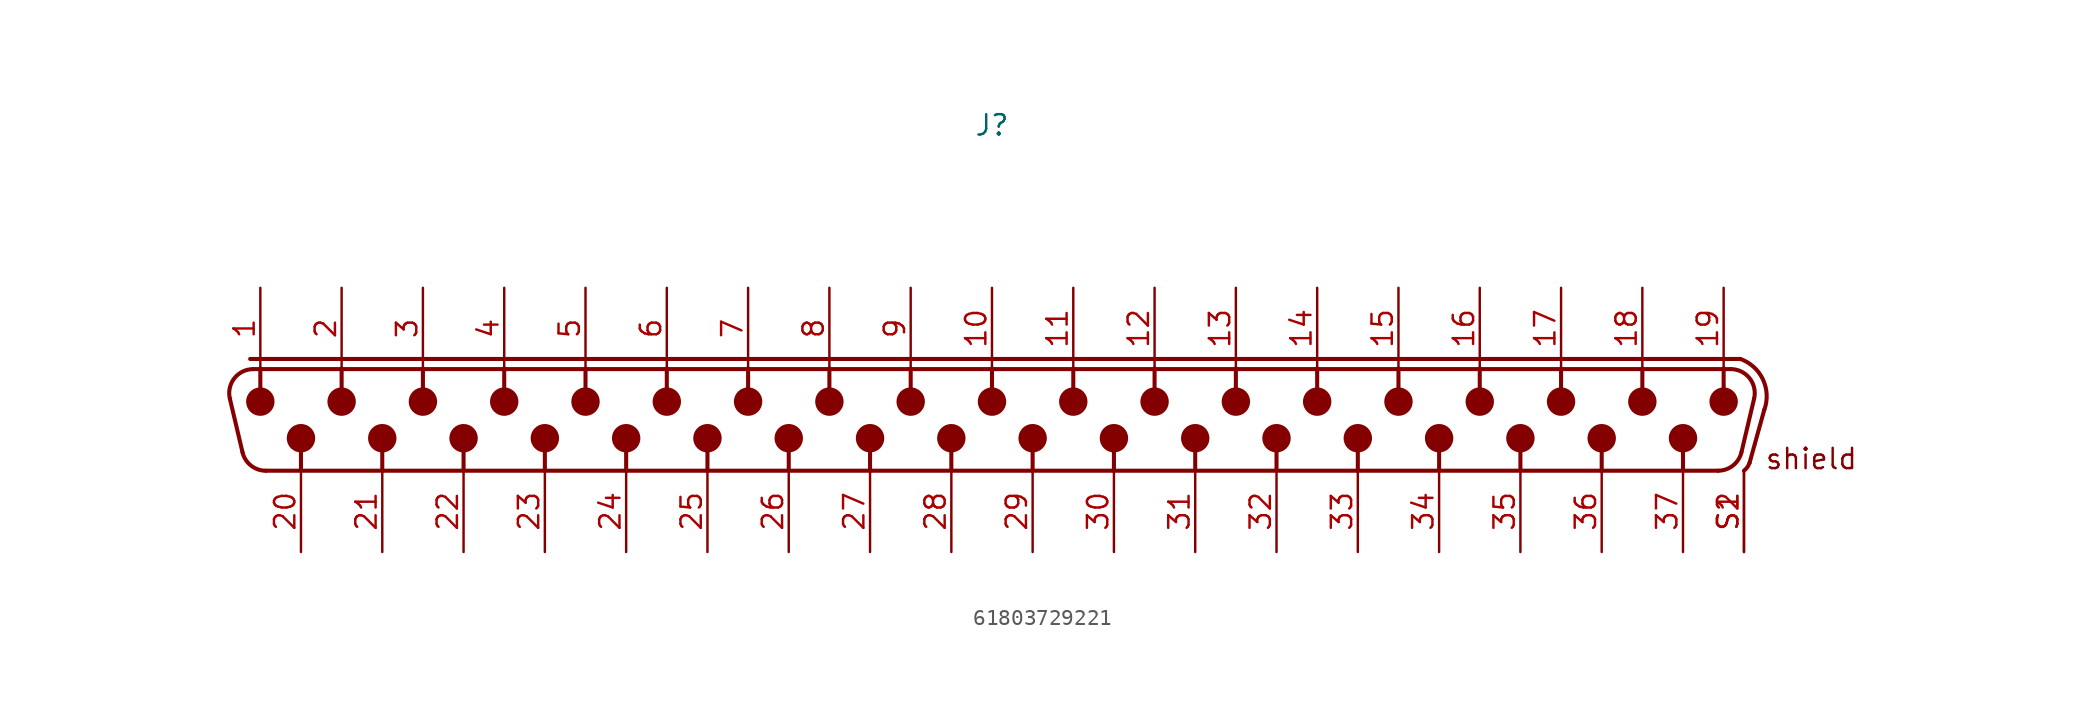
<source format=kicad_sym>
(kicad_symbol_lib
  (version 20241209)
  (generator "kicad_symbol_editor")
  (generator_version "9.0")
  (symbol "61803729221"
    (pin_names
      (hide yes))
    (property "Reference" "J"
      (at 0 17.78 0)
      (effects (font (size 1.27 1.27))))
    (symbol "61803729221_1_0"
      (polyline (pts (xy -46.833 -2.655) (xy -47.624 0.695)) (stroke (width 0.254) (type solid)) (fill (type none)))
      (polyline (pts (xy -46.355 3.175) (xy 46.76 3.175)) (stroke (width 0.254) (type solid)) (fill (type none)))
      (polyline (pts (xy -46.164 2.54) (xy 46.164 2.54)) (stroke (width 0.254) (type solid)) (fill (type none)))
      (arc (start -47.6242 0.695) (mid -47.3407 1.9707) (end -46.1643 2.54) (stroke (width 0.254) (type solid)) (fill (type none)))
      (polyline (pts (xy -45.72 2.58) (xy -45.72 0.4)) (stroke (width 0.254) (type solid)) (fill (type none)))
      (circle (center -45.72 0.508) (radius 0.762) (stroke (width 0.254) (type solid)) (fill (type outline)))
      (arc (start -45.373 -3.81) (mid -46.3038 -3.4862) (end -46.8328 -2.6547) (stroke (width 0.254) (type solid)) (fill (type none)))
      (circle (center -43.18 -1.778) (radius 0.762) (stroke (width 0.254) (type solid)) (fill (type outline)))
      (polyline (pts (xy -43.18 -3.81) (xy -43.18 -1.63)) (stroke (width 0.254) (type solid)) (fill (type none)))
      (polyline (pts (xy -40.64 2.58) (xy -40.64 0.4)) (stroke (width 0.254) (type solid)) (fill (type none)))
      (circle (center -40.64 0.508) (radius 0.762) (stroke (width 0.254) (type solid)) (fill (type outline)))
      (circle (center -38.1 -1.778) (radius 0.762) (stroke (width 0.254) (type solid)) (fill (type outline)))
      (polyline (pts (xy -38.1 -3.81) (xy -38.1 -1.63)) (stroke (width 0.254) (type solid)) (fill (type none)))
      (polyline (pts (xy -35.56 2.58) (xy -35.56 0.4)) (stroke (width 0.254) (type solid)) (fill (type none)))
      (circle (center -35.56 0.508) (radius 0.762) (stroke (width 0.254) (type solid)) (fill (type outline)))
      (circle (center -33.02 -1.778) (radius 0.762) (stroke (width 0.254) (type solid)) (fill (type outline)))
      (polyline (pts (xy -33.02 -3.81) (xy -33.02 -1.63)) (stroke (width 0.254) (type solid)) (fill (type none)))
      (polyline (pts (xy -30.48 2.58) (xy -30.48 0.4)) (stroke (width 0.254) (type solid)) (fill (type none)))
      (circle (center -30.48 0.508) (radius 0.762) (stroke (width 0.254) (type solid)) (fill (type outline)))
      (circle (center -27.94 -1.778) (radius 0.762) (stroke (width 0.254) (type solid)) (fill (type outline)))
      (polyline (pts (xy -27.94 -3.81) (xy -27.94 -1.63)) (stroke (width 0.254) (type solid)) (fill (type none)))
      (polyline (pts (xy -25.4 2.58) (xy -25.4 0.4)) (stroke (width 0.254) (type solid)) (fill (type none)))
      (circle (center -25.4 0.508) (radius 0.762) (stroke (width 0.254) (type solid)) (fill (type outline)))
      (circle (center -22.86 -1.778) (radius 0.762) (stroke (width 0.254) (type solid)) (fill (type outline)))
      (polyline (pts (xy -22.86 -3.81) (xy -22.86 -1.63)) (stroke (width 0.254) (type solid)) (fill (type none)))
      (polyline (pts (xy -20.32 2.58) (xy -20.32 0.4)) (stroke (width 0.254) (type solid)) (fill (type none)))
      (circle (center -20.32 0.508) (radius 0.762) (stroke (width 0.254) (type solid)) (fill (type outline)))
      (circle (center -17.78 -1.778) (radius 0.762) (stroke (width 0.254) (type solid)) (fill (type outline)))
      (polyline (pts (xy -17.78 -3.81) (xy -17.78 -1.63)) (stroke (width 0.254) (type solid)) (fill (type none)))
      (polyline (pts (xy -15.24 2.58) (xy -15.24 0.4)) (stroke (width 0.254) (type solid)) (fill (type none)))
      (circle (center -15.24 0.508) (radius 0.762) (stroke (width 0.254) (type solid)) (fill (type outline)))
      (circle (center -12.7 -1.778) (radius 0.762) (stroke (width 0.254) (type solid)) (fill (type outline)))
      (polyline (pts (xy -12.7 -3.81) (xy -12.7 -1.63)) (stroke (width 0.254) (type solid)) (fill (type none)))
      (polyline (pts (xy -10.16 2.58) (xy -10.16 0.4)) (stroke (width 0.254) (type solid)) (fill (type none)))
      (circle (center -10.16 0.508) (radius 0.762) (stroke (width 0.254) (type solid)) (fill (type outline)))
      (circle (center -7.62 -1.778) (radius 0.762) (stroke (width 0.254) (type solid)) (fill (type outline)))
      (polyline (pts (xy -7.62 -3.81) (xy -7.62 -1.63)) (stroke (width 0.254) (type solid)) (fill (type none)))
      (polyline (pts (xy -5.08 2.58) (xy -5.08 0.4)) (stroke (width 0.254) (type solid)) (fill (type none)))
      (circle (center -5.08 0.508) (radius 0.762) (stroke (width 0.254) (type solid)) (fill (type outline)))
      (circle (center -2.54 -1.778) (radius 0.762) (stroke (width 0.254) (type solid)) (fill (type outline)))
      (polyline (pts (xy -2.54 -3.81) (xy -2.54 -1.63)) (stroke (width 0.254) (type solid)) (fill (type none)))
      (polyline (pts (xy 0 2.58) (xy 0 0.4)) (stroke (width 0.254) (type solid)) (fill (type none)))
      (circle (center 0 0.508) (radius 0.762) (stroke (width 0.254) (type solid)) (fill (type outline)))
      (circle (center 2.54 -1.778) (radius 0.762) (stroke (width 0.254) (type solid)) (fill (type outline)))
      (polyline (pts (xy 2.54 -3.81) (xy 2.54 -1.63)) (stroke (width 0.254) (type solid)) (fill (type none)))
      (polyline (pts (xy 5.08 2.58) (xy 5.08 0.4)) (stroke (width 0.254) (type solid)) (fill (type none)))
      (circle (center 5.08 0.508) (radius 0.762) (stroke (width 0.254) (type solid)) (fill (type outline)))
      (circle (center 7.62 -1.778) (radius 0.762) (stroke (width 0.254) (type solid)) (fill (type outline)))
      (polyline (pts (xy 7.62 -3.81) (xy 7.62 -1.63)) (stroke (width 0.254) (type solid)) (fill (type none)))
      (polyline (pts (xy 10.16 2.58) (xy 10.16 0.4)) (stroke (width 0.254) (type solid)) (fill (type none)))
      (circle (center 10.16 0.508) (radius 0.762) (stroke (width 0.254) (type solid)) (fill (type outline)))
      (circle (center 12.7 -1.778) (radius 0.762) (stroke (width 0.254) (type solid)) (fill (type outline)))
      (polyline (pts (xy 12.7 -3.81) (xy 12.7 -1.63)) (stroke (width 0.254) (type solid)) (fill (type none)))
      (polyline (pts (xy 15.24 2.58) (xy 15.24 0.4)) (stroke (width 0.254) (type solid)) (fill (type none)))
      (circle (center 15.24 0.508) (radius 0.762) (stroke (width 0.254) (type solid)) (fill (type outline)))
      (circle (center 17.78 -1.778) (radius 0.762) (stroke (width 0.254) (type solid)) (fill (type outline)))
      (polyline (pts (xy 17.78 -3.81) (xy 17.78 -1.63)) (stroke (width 0.254) (type solid)) (fill (type none)))
      (polyline (pts (xy 20.32 2.58) (xy 20.32 0.4)) (stroke (width 0.254) (type solid)) (fill (type none)))
      (circle (center 20.32 0.508) (radius 0.762) (stroke (width 0.254) (type solid)) (fill (type outline)))
      (circle (center 22.86 -1.778) (radius 0.762) (stroke (width 0.254) (type solid)) (fill (type outline)))
      (polyline (pts (xy 22.86 -3.81) (xy 22.86 -1.63)) (stroke (width 0.254) (type solid)) (fill (type none)))
      (polyline (pts (xy 25.4 2.58) (xy 25.4 0.4)) (stroke (width 0.254) (type solid)) (fill (type none)))
      (circle (center 25.4 0.508) (radius 0.762) (stroke (width 0.254) (type solid)) (fill (type outline)))
      (circle (center 27.94 -1.778) (radius 0.762) (stroke (width 0.254) (type solid)) (fill (type outline)))
      (polyline (pts (xy 27.94 -3.81) (xy 27.94 -1.63)) (stroke (width 0.254) (type solid)) (fill (type none)))
      (polyline (pts (xy 30.48 2.58) (xy 30.48 0.4)) (stroke (width 0.254) (type solid)) (fill (type none)))
      (circle (center 30.48 0.508) (radius 0.762) (stroke (width 0.254) (type solid)) (fill (type outline)))
      (circle (center 33.02 -1.778) (radius 0.762) (stroke (width 0.254) (type solid)) (fill (type outline)))
      (polyline (pts (xy 33.02 -3.81) (xy 33.02 -1.63)) (stroke (width 0.254) (type solid)) (fill (type none)))
      (polyline (pts (xy 35.56 2.58) (xy 35.56 0.4)) (stroke (width 0.254) (type solid)) (fill (type none)))
      (circle (center 35.56 0.508) (radius 0.762) (stroke (width 0.254) (type solid)) (fill (type outline)))
      (circle (center 38.1 -1.778) (radius 0.762) (stroke (width 0.254) (type solid)) (fill (type outline)))
      (polyline (pts (xy 38.1 -3.81) (xy 38.1 -1.63)) (stroke (width 0.254) (type solid)) (fill (type none)))
      (polyline (pts (xy 40.64 2.58) (xy 40.64 0.4)) (stroke (width 0.254) (type solid)) (fill (type none)))
      (circle (center 40.64 0.508) (radius 0.762) (stroke (width 0.254) (type solid)) (fill (type outline)))
      (circle (center 43.18 -1.778) (radius 0.762) (stroke (width 0.254) (type solid)) (fill (type outline)))
      (polyline (pts (xy 43.18 -3.81) (xy 43.18 -1.63)) (stroke (width 0.254) (type solid)) (fill (type none)))
      (arc (start 46.8328 -2.6548) (mid 46.3037 -3.4863) (end 45.3729 -3.81) (stroke (width 0.254) (type solid)) (fill (type none)))
      (polyline (pts (xy 45.373 -3.81) (xy -45.373 -3.81)) (stroke (width 0.254) (type solid)) (fill (type none)))
      (polyline (pts (xy 45.72 2.58) (xy 45.72 0.4)) (stroke (width 0.254) (type solid)) (fill (type none)))
      (circle (center 45.72 0.508) (radius 0.762) (stroke (width 0.254) (type solid)) (fill (type outline)))
      (arc (start 46.76 3.175) (mid 48.1707 1.8996) (end 48.26 0) (stroke (width 0.254) (type solid)) (fill (type none)))
      (arc (start 46.1643 2.54) (mid 47.3407 1.9707) (end 47.6242 0.695) (stroke (width 0.254) (type solid)) (fill (type none)))
      (arc (start 47.3439 -3.3037) (mid 47.2048 -3.5833) (end 46.99 -3.81) (stroke (width 0.254) (type solid)) (fill (type none)))
      (polyline (pts (xy 47.344 -3.304) (xy 48.26 0)) (stroke (width 0.254) (type solid)) (fill (type none)))
      (polyline (pts (xy 47.624 0.695) (xy 46.833 -2.655)) (stroke (width 0.254) (type solid)) (fill (type none)))
      (pin passive line (at -45.72 7.62 270) (length 5.08) (name "1" (effects (font (size 1.27 1.27)))) (number "1" (effects (font (size 1.27 1.27)))))
      (pin passive line (at -43.18 -8.89 90) (length 5.08) (name "20" (effects (font (size 1.27 1.27)))) (number "20" (effects (font (size 1.27 1.27)))))
      (pin passive line (at -40.64 7.62 270) (length 5.08) (name "2" (effects (font (size 1.27 1.27)))) (number "2" (effects (font (size 1.27 1.27)))))
      (pin passive line (at -38.1 -8.89 90) (length 5.08) (name "21" (effects (font (size 1.27 1.27)))) (number "21" (effects (font (size 1.27 1.27)))))
      (pin passive line (at -35.56 7.62 270) (length 5.08) (name "3" (effects (font (size 1.27 1.27)))) (number "3" (effects (font (size 1.27 1.27)))))
      (pin passive line (at -33.02 -8.89 90) (length 5.08) (name "22" (effects (font (size 1.27 1.27)))) (number "22" (effects (font (size 1.27 1.27)))))
      (pin passive line (at -30.48 7.62 270) (length 5.08) (name "4" (effects (font (size 1.27 1.27)))) (number "4" (effects (font (size 1.27 1.27)))))
      (pin passive line (at -27.94 -8.89 90) (length 5.08) (name "23" (effects (font (size 1.27 1.27)))) (number "23" (effects (font (size 1.27 1.27)))))
      (pin passive line (at -25.4 7.62 270) (length 5.08) (name "5" (effects (font (size 1.27 1.27)))) (number "5" (effects (font (size 1.27 1.27)))))
      (pin passive line (at -22.86 -8.89 90) (length 5.08) (name "24" (effects (font (size 1.27 1.27)))) (number "24" (effects (font (size 1.27 1.27)))))
      (pin passive line (at -20.32 7.62 270) (length 5.08) (name "6" (effects (font (size 1.27 1.27)))) (number "6" (effects (font (size 1.27 1.27)))))
      (pin passive line (at -17.78 -8.89 90) (length 5.08) (name "25" (effects (font (size 1.27 1.27)))) (number "25" (effects (font (size 1.27 1.27)))))
      (pin passive line (at -15.24 7.62 270) (length 5.08) (name "7" (effects (font (size 1.27 1.27)))) (number "7" (effects (font (size 1.27 1.27)))))
      (pin passive line (at -12.7 -8.89 90) (length 5.08) (name "26" (effects (font (size 1.27 1.27)))) (number "26" (effects (font (size 1.27 1.27)))))
      (pin passive line (at -10.16 7.62 270) (length 5.08) (name "8" (effects (font (size 1.27 1.27)))) (number "8" (effects (font (size 1.27 1.27)))))
      (pin passive line (at -7.62 -8.89 90) (length 5.08) (name "27" (effects (font (size 1.27 1.27)))) (number "27" (effects (font (size 1.27 1.27)))))
      (pin passive line (at -5.08 7.62 270) (length 5.08) (name "9" (effects (font (size 1.27 1.27)))) (number "9" (effects (font (size 1.27 1.27)))))
      (pin passive line (at -2.54 -8.89 90) (length 5.08) (name "28" (effects (font (size 1.27 1.27)))) (number "28" (effects (font (size 1.27 1.27)))))
      (pin passive line (at 0 7.62 270) (length 5.08) (name "10" (effects (font (size 1.27 1.27)))) (number "10" (effects (font (size 1.27 1.27)))))
      (pin passive line (at 2.54 -8.89 90) (length 5.08) (name "29" (effects (font (size 1.27 1.27)))) (number "29" (effects (font (size 1.27 1.27)))))
      (pin passive line (at 5.08 7.62 270) (length 5.08) (name "11" (effects (font (size 1.27 1.27)))) (number "11" (effects (font (size 1.27 1.27)))))
      (pin passive line (at 7.62 -8.89 90) (length 5.08) (name "30" (effects (font (size 1.27 1.27)))) (number "30" (effects (font (size 1.27 1.27)))))
      (pin passive line (at 10.16 7.62 270) (length 5.08) (name "12" (effects (font (size 1.27 1.27)))) (number "12" (effects (font (size 1.27 1.27)))))
      (pin passive line (at 12.7 -8.89 90) (length 5.08) (name "31" (effects (font (size 1.27 1.27)))) (number "31" (effects (font (size 1.27 1.27)))))
      (pin passive line (at 15.24 7.62 270) (length 5.08) (name "13" (effects (font (size 1.27 1.27)))) (number "13" (effects (font (size 1.27 1.27)))))
      (pin passive line (at 17.78 -8.89 90) (length 5.08) (name "32" (effects (font (size 1.27 1.27)))) (number "32" (effects (font (size 1.27 1.27)))))
      (pin passive line (at 20.32 7.62 270) (length 5.08) (name "14" (effects (font (size 1.27 1.27)))) (number "14" (effects (font (size 1.27 1.27)))))
      (pin passive line (at 22.86 -8.89 90) (length 5.08) (name "33" (effects (font (size 1.27 1.27)))) (number "33" (effects (font (size 1.27 1.27)))))
      (pin passive line (at 25.4 7.62 270) (length 5.08) (name "15" (effects (font (size 1.27 1.27)))) (number "15" (effects (font (size 1.27 1.27)))))
      (pin passive line (at 27.94 -8.89 90) (length 5.08) (name "34" (effects (font (size 1.27 1.27)))) (number "34" (effects (font (size 1.27 1.27)))))
      (pin passive line (at 30.48 7.62 270) (length 5.08) (name "16" (effects (font (size 1.27 1.27)))) (number "16" (effects (font (size 1.27 1.27)))))
      (pin passive line (at 33.02 -8.89 90) (length 5.08) (name "35" (effects (font (size 1.27 1.27)))) (number "35" (effects (font (size 1.27 1.27)))))
      (pin passive line (at 35.56 7.62 270) (length 5.08) (name "17" (effects (font (size 1.27 1.27)))) (number "17" (effects (font (size 1.27 1.27)))))
      (pin passive line (at 38.1 -8.89 90) (length 5.08) (name "36" (effects (font (size 1.27 1.27)))) (number "36" (effects (font (size 1.27 1.27)))))
      (pin passive line (at 40.64 7.62 270) (length 5.08) (name "18" (effects (font (size 1.27 1.27)))) (number "18" (effects (font (size 1.27 1.27)))))
      (pin passive line (at 43.18 -8.89 90) (length 5.08) (name "37" (effects (font (size 1.27 1.27)))) (number "37" (effects (font (size 1.27 1.27)))))
      (pin passive line (at 45.72 7.62 270) (length 5.08) (name "19" (effects (font (size 1.27 1.27)))) (number "19" (effects (font (size 1.27 1.27)))))
      (pin passive line (at 46.99 -8.89 90) (length 5.08) (name "SHIELD" (effects (font (size 1.27 1.27)))) (number "S1" (effects (font (size 1.27 1.27)))))
      (pin passive line (at 46.99 -8.89 90) (length 5.08) (name "SHIELD" (effects (font (size 1.27 1.27)))) (number "S2" (effects (font (size 1.27 1.27))))))
    (symbol "61803729221_1_1"
      (text "shield" (at 48.26 -3.81 0) (effects (font (size 1.27 1.27)) (justify left bottom))))))
</source>
